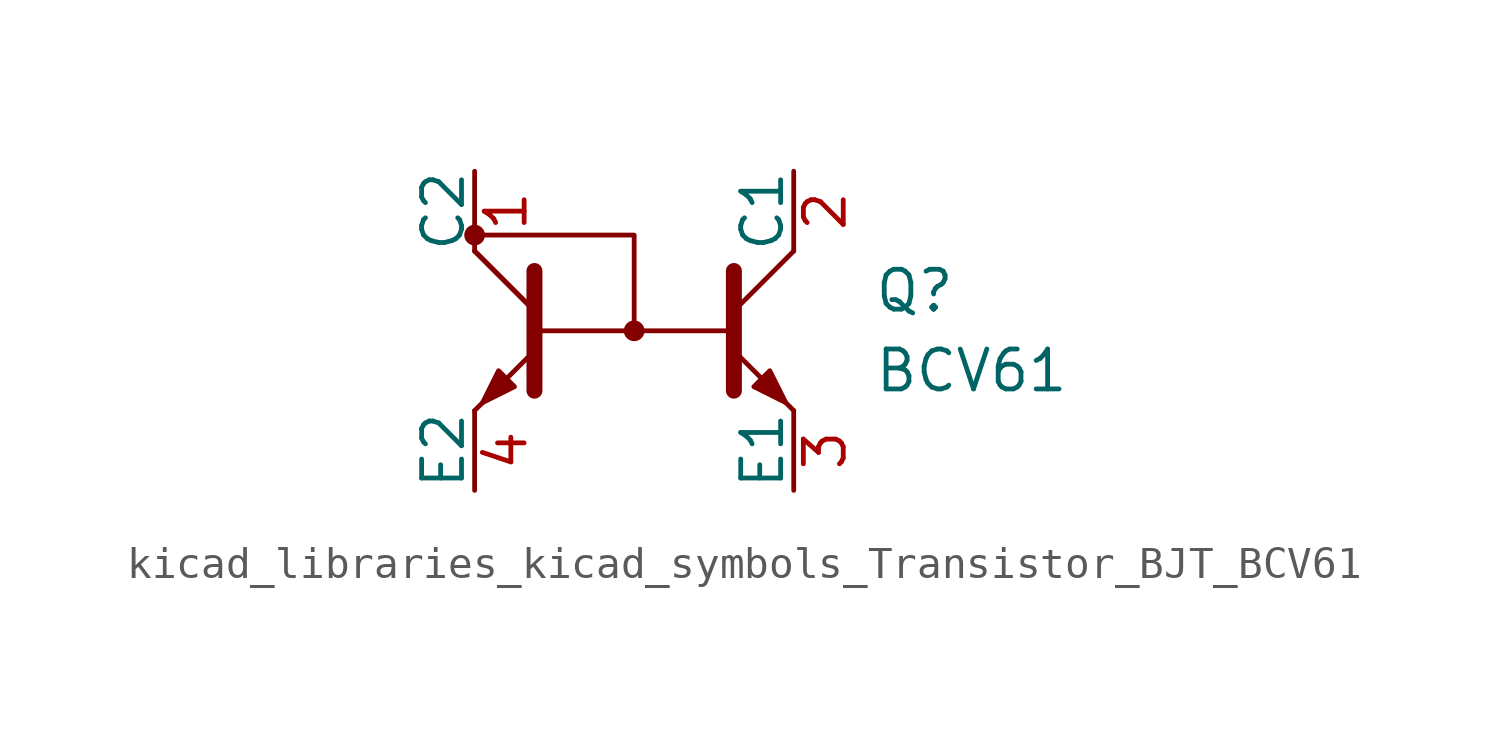
<source format=kicad_sym>
(kicad_symbol_lib
  (version 20220914)
  (generator kicad_symbol_editor)
  (symbol "kicad_libraries_kicad_symbols_Transistor_BJT_BCV61"
    (pin_names
      (offset 0))
    (property "Reference" "Q"
      (at 7.62 1.27 0)
      (effects (font (size 1.27 1.27)) (justify left)))
    (property "Value" "BCV61"
      (at 7.62 -1.27 0)
      (effects (font (size 1.27 1.27)) (justify left)))
    (symbol "kicad_libraries_kicad_symbols_Transistor_BJT_BCV61_0_1"
      (circle (center -5.08 3.048) (radius 0.254) (stroke (width 0) (type default)) (fill (type outline)))
      (polyline (pts (xy -5.08 -2.54) (xy -3.175 -0.635)) (stroke (width 0) (type default)) (fill (type none)))
      (polyline (pts (xy -5.08 2.54) (xy -3.175 0.635)) (stroke (width 0) (type default)) (fill (type none)))
      (polyline (pts (xy -5.08 2.54) (xy -3.175 0.635)) (stroke (width 0) (type default)) (fill (type none)))
      (polyline (pts (xy 3.175 0) (xy -3.175 0)) (stroke (width 0) (type default)) (fill (type none)))
      (polyline (pts (xy 5.08 -2.54) (xy 3.175 -0.635)) (stroke (width 0) (type default)) (fill (type none)))
      (polyline (pts (xy 5.08 2.54) (xy 3.175 0.635)) (stroke (width 0) (type default)) (fill (type none)))
      (polyline (pts (xy -3.175 -1.905) (xy -3.175 1.905) (xy -3.175 1.905)) (stroke (width 0.508) (type default)) (fill (type outline)))
      (polyline (pts (xy 0 0) (xy 0 3.048) (xy -5.08 3.048)) (stroke (width 0) (type default)) (fill (type none)))
      (polyline (pts (xy 3.175 -1.905) (xy 3.175 1.905) (xy 3.175 1.905)) (stroke (width 0.508) (type default)) (fill (type outline)))
      (polyline (pts (xy -3.81 -1.778) (xy -4.318 -1.27) (xy -4.826 -2.286) (xy -3.81 -1.778) (xy -3.81 -1.778)) (stroke (width 0) (type default)) (fill (type outline)))
      (polyline (pts (xy 3.81 -1.778) (xy 4.318 -1.27) (xy 4.826 -2.286) (xy 3.81 -1.778) (xy 3.81 -1.778)) (stroke (width 0) (type default)) (fill (type outline)))
      (circle (center 0 0) (radius 0.254) (stroke (width 0) (type default)) (fill (type outline))))
    (symbol "kicad_libraries_kicad_symbols_Transistor_BJT_BCV61_1_1"
      (pin passive line (at -5.08 5.08 270) (length 2.54) (name "C2" (effects (font (size 1.27 1.27)))) (number "1" (effects (font (size 1.27 1.27)))))
      (pin passive line (at 5.08 5.08 270) (length 2.54) (name "C1" (effects (font (size 1.27 1.27)))) (number "2" (effects (font (size 1.27 1.27)))))
      (pin passive line (at 5.08 -5.08 90) (length 2.54) (name "E1" (effects (font (size 1.27 1.27)))) (number "3" (effects (font (size 1.27 1.27)))))
      (pin passive line (at -5.08 -5.08 90) (length 2.54) (name "E2" (effects (font (size 1.27 1.27)))) (number "4" (effects (font (size 1.27 1.27))))))))
</source>
